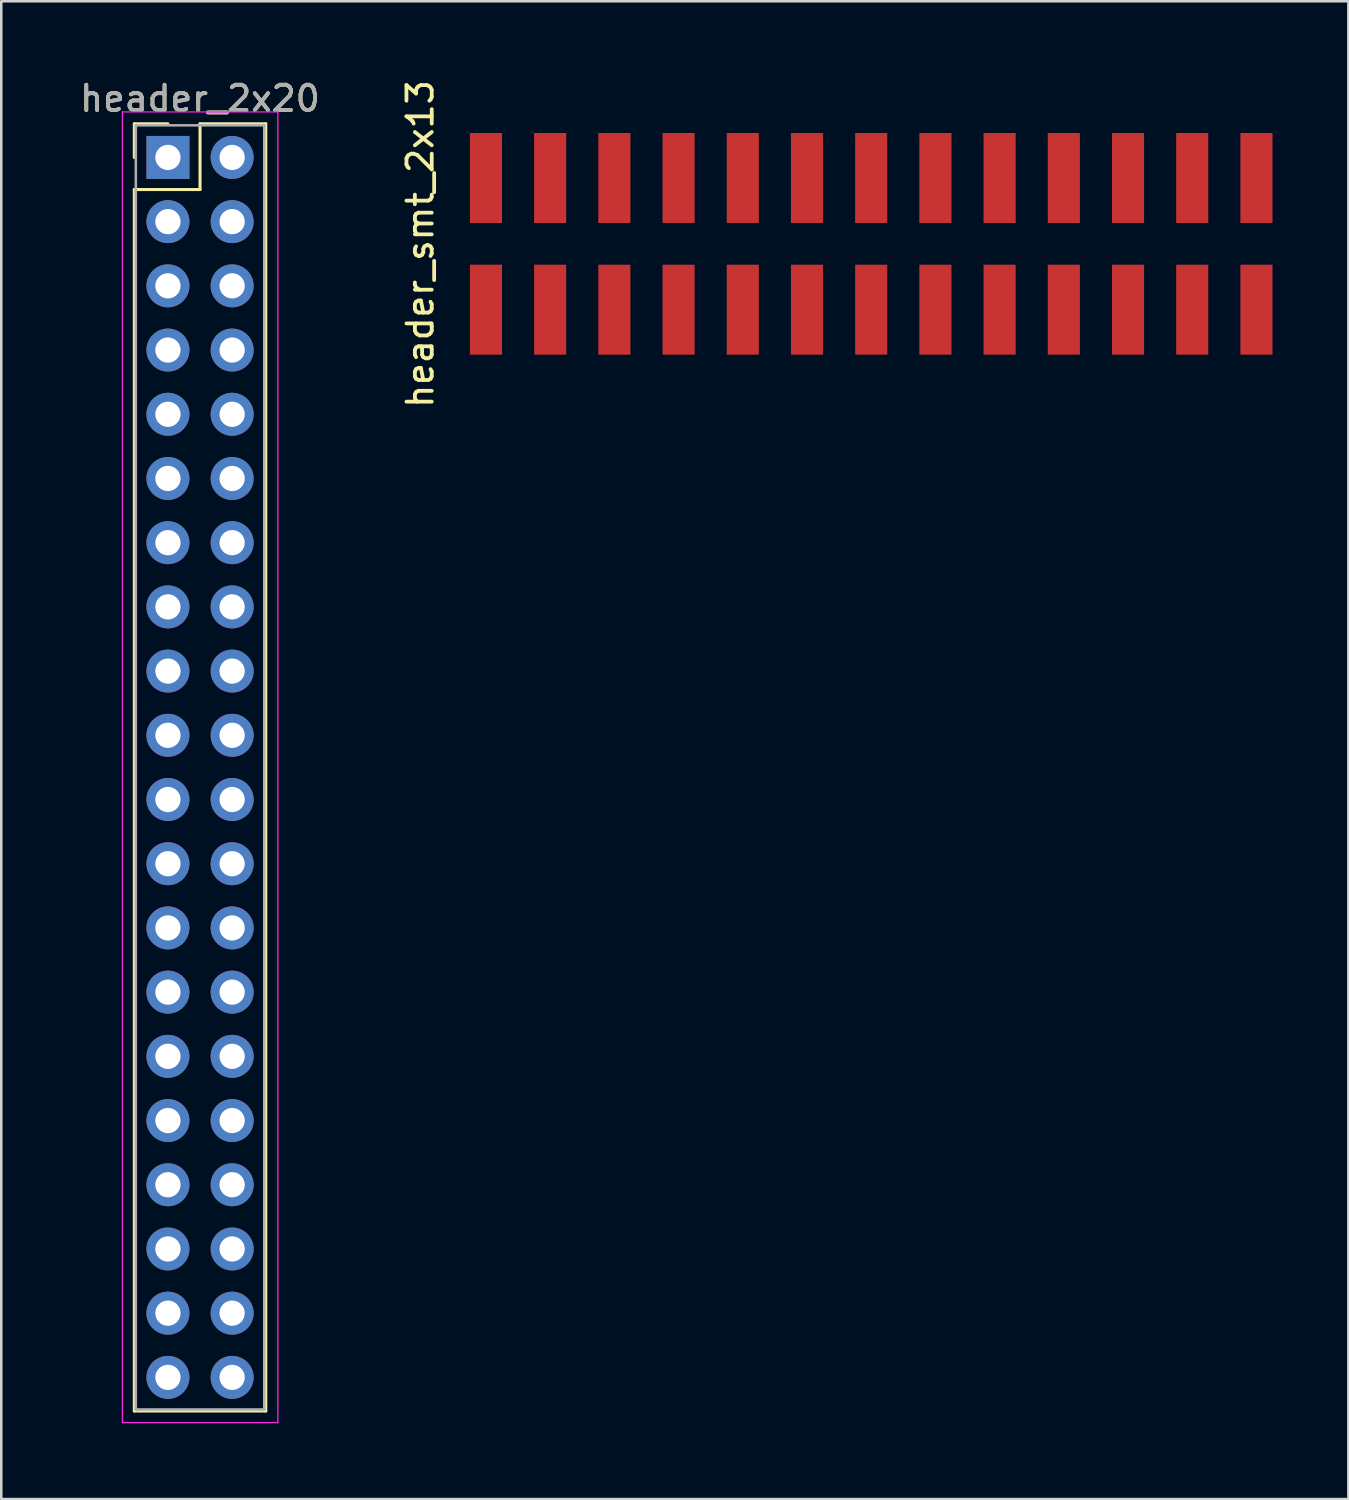
<source format=kicad_pcb>
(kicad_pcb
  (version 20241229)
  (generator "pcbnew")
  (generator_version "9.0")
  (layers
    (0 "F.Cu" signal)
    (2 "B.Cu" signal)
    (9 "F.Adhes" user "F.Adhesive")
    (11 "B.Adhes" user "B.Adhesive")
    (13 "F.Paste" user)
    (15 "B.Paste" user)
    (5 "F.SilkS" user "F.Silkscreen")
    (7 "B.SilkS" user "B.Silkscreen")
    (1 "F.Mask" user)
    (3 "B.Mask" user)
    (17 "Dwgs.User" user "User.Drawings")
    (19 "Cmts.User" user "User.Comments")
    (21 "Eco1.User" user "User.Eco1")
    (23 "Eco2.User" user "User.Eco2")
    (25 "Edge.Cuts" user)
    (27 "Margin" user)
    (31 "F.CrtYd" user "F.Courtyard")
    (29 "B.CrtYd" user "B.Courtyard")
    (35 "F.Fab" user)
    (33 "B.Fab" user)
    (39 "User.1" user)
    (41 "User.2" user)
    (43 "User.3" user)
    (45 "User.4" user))
  (footprint "header_2x20"
    (layer "F.Cu")
    (at 4.863 27.308)
    (property "Reference" "header_2x20" (at 0 -26.46 0) (layer "F.SilkS") (effects (font (size 1 1) (thickness 0.15))))
    (attr through_hole)
    (fp_line (start -2.6 -25.46) (end -1.27 -25.46) (stroke (width 0.12) (type solid)) (layer "F.SilkS"))
    (fp_line (start -2.6 -24.13) (end -2.6 -25.46) (stroke (width 0.12) (type solid)) (layer "F.SilkS"))
    (fp_line (start -2.6 -22.86) (end -2.6 25.46) (stroke (width 0.12) (type solid)) (layer "F.SilkS"))
    (fp_line (start -2.6 25.46) (end 2.6 25.46) (stroke (width 0.12) (type solid)) (layer "F.SilkS"))
    (fp_line (start 0 -25.46) (end 0 -22.86) (stroke (width 0.12) (type solid)) (layer "F.SilkS"))
    (fp_line (start 0 -22.86) (end -2.6 -22.86) (stroke (width 0.12) (type solid)) (layer "F.SilkS"))
    (fp_line (start 2.6 -25.46) (end 0 -25.46) (stroke (width 0.12) (type solid)) (layer "F.SilkS"))
    (fp_line (start 2.6 25.46) (end 2.6 -25.46) (stroke (width 0.12) (type solid)) (layer "F.SilkS"))
    (fp_line (start -3.07 -25.93) (end -3.07 25.92) (stroke (width 0.05) (type solid)) (layer "F.CrtYd"))
    (fp_line (start -3.07 25.92) (end 3.08 25.92) (stroke (width 0.05) (type solid)) (layer "F.CrtYd"))
    (fp_line (start 3.08 -25.93) (end -3.07 -25.93) (stroke (width 0.05) (type solid)) (layer "F.CrtYd"))
    (fp_line (start 3.08 25.92) (end 3.08 -25.93) (stroke (width 0.05) (type solid)) (layer "F.CrtYd"))
    (fp_line (start -2.54 -25.4) (end -2.54 25.4) (stroke (width 0.1) (type solid)) (layer "F.Fab"))
    (fp_line (start -2.54 25.4) (end 2.54 25.4) (stroke (width 0.1) (type solid)) (layer "F.Fab"))
    (fp_line (start 2.54 -25.4) (end -2.54 -25.4) (stroke (width 0.1) (type solid)) (layer "F.Fab"))
    (fp_line (start 2.54 25.4) (end 2.54 -25.4) (stroke (width 0.1) (type solid)) (layer "F.Fab"))
    (fp_text user "${REFERENCE}" (at 0 -26.46 0) (layer "F.Fab") (effects (font (size 1 1) (thickness 0.15))))
    (pad "1" thru_hole rect (at -1.27 -24.13) (size 1.7 1.7) (drill 1) (layers "*.Cu" "*.Mask"))
    (pad "2" thru_hole oval (at 1.27 -24.13) (size 1.7 1.7) (drill 1) (layers "*.Cu" "*.Mask"))
    (pad "3" thru_hole oval (at -1.27 -21.59) (size 1.7 1.7) (drill 1) (layers "*.Cu" "*.Mask"))
    (pad "4" thru_hole oval (at 1.27 -21.59) (size 1.7 1.7) (drill 1) (layers "*.Cu" "*.Mask"))
    (pad "5" thru_hole oval (at -1.27 -19.05) (size 1.7 1.7) (drill 1) (layers "*.Cu" "*.Mask"))
    (pad "6" thru_hole oval (at 1.27 -19.05) (size 1.7 1.7) (drill 1) (layers "*.Cu" "*.Mask"))
    (pad "7" thru_hole oval (at -1.27 -16.51) (size 1.7 1.7) (drill 1) (layers "*.Cu" "*.Mask"))
    (pad "8" thru_hole oval (at 1.27 -16.51) (size 1.7 1.7) (drill 1) (layers "*.Cu" "*.Mask"))
    (pad "9" thru_hole oval (at -1.27 -13.97) (size 1.7 1.7) (drill 1) (layers "*.Cu" "*.Mask"))
    (pad "10" thru_hole oval (at 1.27 -13.97) (size 1.7 1.7) (drill 1) (layers "*.Cu" "*.Mask"))
    (pad "11" thru_hole oval (at -1.27 -11.43) (size 1.7 1.7) (drill 1) (layers "*.Cu" "*.Mask"))
    (pad "12" thru_hole oval (at 1.27 -11.43) (size 1.7 1.7) (drill 1) (layers "*.Cu" "*.Mask"))
    (pad "13" thru_hole oval (at -1.27 -8.89) (size 1.7 1.7) (drill 1) (layers "*.Cu" "*.Mask"))
    (pad "14" thru_hole oval (at 1.27 -8.89) (size 1.7 1.7) (drill 1) (layers "*.Cu" "*.Mask"))
    (pad "15" thru_hole oval (at -1.27 -6.35) (size 1.7 1.7) (drill 1) (layers "*.Cu" "*.Mask"))
    (pad "16" thru_hole oval (at 1.27 -6.35) (size 1.7 1.7) (drill 1) (layers "*.Cu" "*.Mask"))
    (pad "17" thru_hole oval (at -1.27 -3.81) (size 1.7 1.7) (drill 1) (layers "*.Cu" "*.Mask"))
    (pad "18" thru_hole oval (at 1.27 -3.81) (size 1.7 1.7) (drill 1) (layers "*.Cu" "*.Mask"))
    (pad "19" thru_hole oval (at -1.27 -1.27) (size 1.7 1.7) (drill 1) (layers "*.Cu" "*.Mask"))
    (pad "20" thru_hole oval (at 1.27 -1.27) (size 1.7 1.7) (drill 1) (layers "*.Cu" "*.Mask"))
    (pad "21" thru_hole oval (at -1.27 1.27) (size 1.7 1.7) (drill 1) (layers "*.Cu" "*.Mask"))
    (pad "22" thru_hole oval (at 1.27 1.27) (size 1.7 1.7) (drill 1) (layers "*.Cu" "*.Mask"))
    (pad "23" thru_hole oval (at -1.27 3.81) (size 1.7 1.7) (drill 1) (layers "*.Cu" "*.Mask"))
    (pad "24" thru_hole oval (at 1.27 3.81) (size 1.7 1.7) (drill 1) (layers "*.Cu" "*.Mask"))
    (pad "25" thru_hole oval (at -1.27 6.35) (size 1.7 1.7) (drill 1) (layers "*.Cu" "*.Mask"))
    (pad "26" thru_hole oval (at 1.27 6.35) (size 1.7 1.7) (drill 1) (layers "*.Cu" "*.Mask"))
    (pad "27" thru_hole oval (at -1.27 8.89) (size 1.7 1.7) (drill 1) (layers "*.Cu" "*.Mask"))
    (pad "28" thru_hole oval (at 1.27 8.89) (size 1.7 1.7) (drill 1) (layers "*.Cu" "*.Mask"))
    (pad "29" thru_hole oval (at -1.27 11.43) (size 1.7 1.7) (drill 1) (layers "*.Cu" "*.Mask"))
    (pad "30" thru_hole oval (at 1.27 11.43) (size 1.7 1.7) (drill 1) (layers "*.Cu" "*.Mask"))
    (pad "31" thru_hole oval (at -1.27 13.97) (size 1.7 1.7) (drill 1) (layers "*.Cu" "*.Mask"))
    (pad "32" thru_hole oval (at 1.27 13.97) (size 1.7 1.7) (drill 1) (layers "*.Cu" "*.Mask"))
    (pad "33" thru_hole oval (at -1.27 16.51) (size 1.7 1.7) (drill 1) (layers "*.Cu" "*.Mask"))
    (pad "34" thru_hole oval (at 1.27 16.51) (size 1.7 1.7) (drill 1) (layers "*.Cu" "*.Mask"))
    (pad "35" thru_hole oval (at -1.27 19.05) (size 1.7 1.7) (drill 1) (layers "*.Cu" "*.Mask"))
    (pad "36" thru_hole oval (at 1.27 19.05) (size 1.7 1.7) (drill 1) (layers "*.Cu" "*.Mask"))
    (pad "37" thru_hole oval (at -1.27 21.59) (size 1.7 1.7) (drill 1) (layers "*.Cu" "*.Mask"))
    (pad "38" thru_hole oval (at 1.27 21.59) (size 1.7 1.7) (drill 1) (layers "*.Cu" "*.Mask"))
    (pad "39" thru_hole oval (at -1.27 24.13) (size 1.7 1.7) (drill 1) (layers "*.Cu" "*.Mask"))
    (pad "40" thru_hole oval (at 1.27 24.13) (size 1.7 1.7) (drill 1) (layers "*.Cu" "*.Mask")))
  (footprint "header_smt_2x13"
    (layer "F.Cu")
    (at 31.414 6.596)
    (property "Reference" "header_smt_2x13" (at -17.84 0.005 90) (layer "F.SilkS") (effects (font (size 1 1) (thickness 0.15))))
    (attr through_hole)
    (pad "1" smd rect (at -15.24 2.605) (size 1.27 3.56) (layers "F.Cu" "F.Mask" "F.Paste"))
    (pad "2" smd rect (at -15.24 -2.605) (size 1.27 3.56) (layers "F.Cu" "F.Mask" "F.Paste"))
    (pad "3" smd rect (at -12.7 2.605) (size 1.27 3.56) (layers "F.Cu" "F.Mask" "F.Paste"))
    (pad "4" smd rect (at -12.7 -2.605) (size 1.27 3.56) (layers "F.Cu" "F.Mask" "F.Paste"))
    (pad "5" smd rect (at -10.16 2.605) (size 1.27 3.56) (layers "F.Cu" "F.Mask" "F.Paste"))
    (pad "6" smd rect (at -10.16 -2.605) (size 1.27 3.56) (layers "F.Cu" "F.Mask" "F.Paste"))
    (pad "7" smd rect (at -7.62 2.605) (size 1.27 3.56) (layers "F.Cu" "F.Mask" "F.Paste"))
    (pad "8" smd rect (at -7.62 -2.605) (size 1.27 3.56) (layers "F.Cu" "F.Mask" "F.Paste"))
    (pad "9" smd rect (at -5.08 2.605) (size 1.27 3.56) (layers "F.Cu" "F.Mask" "F.Paste"))
    (pad "10" smd rect (at -5.08 -2.605) (size 1.27 3.56) (layers "F.Cu" "F.Mask" "F.Paste"))
    (pad "11" smd rect (at -2.54 2.605) (size 1.27 3.56) (layers "F.Cu" "F.Mask" "F.Paste"))
    (pad "12" smd rect (at -2.54 -2.605) (size 1.27 3.56) (layers "F.Cu" "F.Mask" "F.Paste"))
    (pad "13" smd rect (at 0 2.605) (size 1.27 3.56) (layers "F.Cu" "F.Mask" "F.Paste"))
    (pad "14" smd rect (at 0 -2.605) (size 1.27 3.56) (layers "F.Cu" "F.Mask" "F.Paste"))
    (pad "15" smd rect (at 2.54 2.605) (size 1.27 3.56) (layers "F.Cu" "F.Mask" "F.Paste"))
    (pad "16" smd rect (at 2.54 -2.605) (size 1.27 3.56) (layers "F.Cu" "F.Mask" "F.Paste"))
    (pad "17" smd rect (at 5.08 2.605) (size 1.27 3.56) (layers "F.Cu" "F.Mask" "F.Paste"))
    (pad "18" smd rect (at 5.08 -2.605) (size 1.27 3.56) (layers "F.Cu" "F.Mask" "F.Paste"))
    (pad "19" smd rect (at 7.62 2.605) (size 1.27 3.56) (layers "F.Cu" "F.Mask" "F.Paste"))
    (pad "20" smd rect (at 7.62 -2.605) (size 1.27 3.56) (layers "F.Cu" "F.Mask" "F.Paste"))
    (pad "21" smd rect (at 10.16 2.605) (size 1.27 3.56) (layers "F.Cu" "F.Mask" "F.Paste"))
    (pad "22" smd rect (at 10.16 -2.605) (size 1.27 3.56) (layers "F.Cu" "F.Mask" "F.Paste"))
    (pad "23" smd rect (at 12.7 2.605) (size 1.27 3.56) (layers "F.Cu" "F.Mask" "F.Paste"))
    (pad "24" smd rect (at 12.7 -2.605) (size 1.27 3.56) (layers "F.Cu" "F.Mask" "F.Paste"))
    (pad "25" smd rect (at 15.24 2.605) (size 1.27 3.56) (layers "F.Cu" "F.Mask" "F.Paste"))
    (pad "26" smd rect (at 15.24 -2.605) (size 1.27 3.56) (layers "F.Cu" "F.Mask" "F.Paste")))
  (gr_rect
    (start -3 -3)
    (end 50.289 56.253)
    (stroke (width 0.1) (type default))
    (fill no)
    (layer "Edge.Cuts")))
</source>
